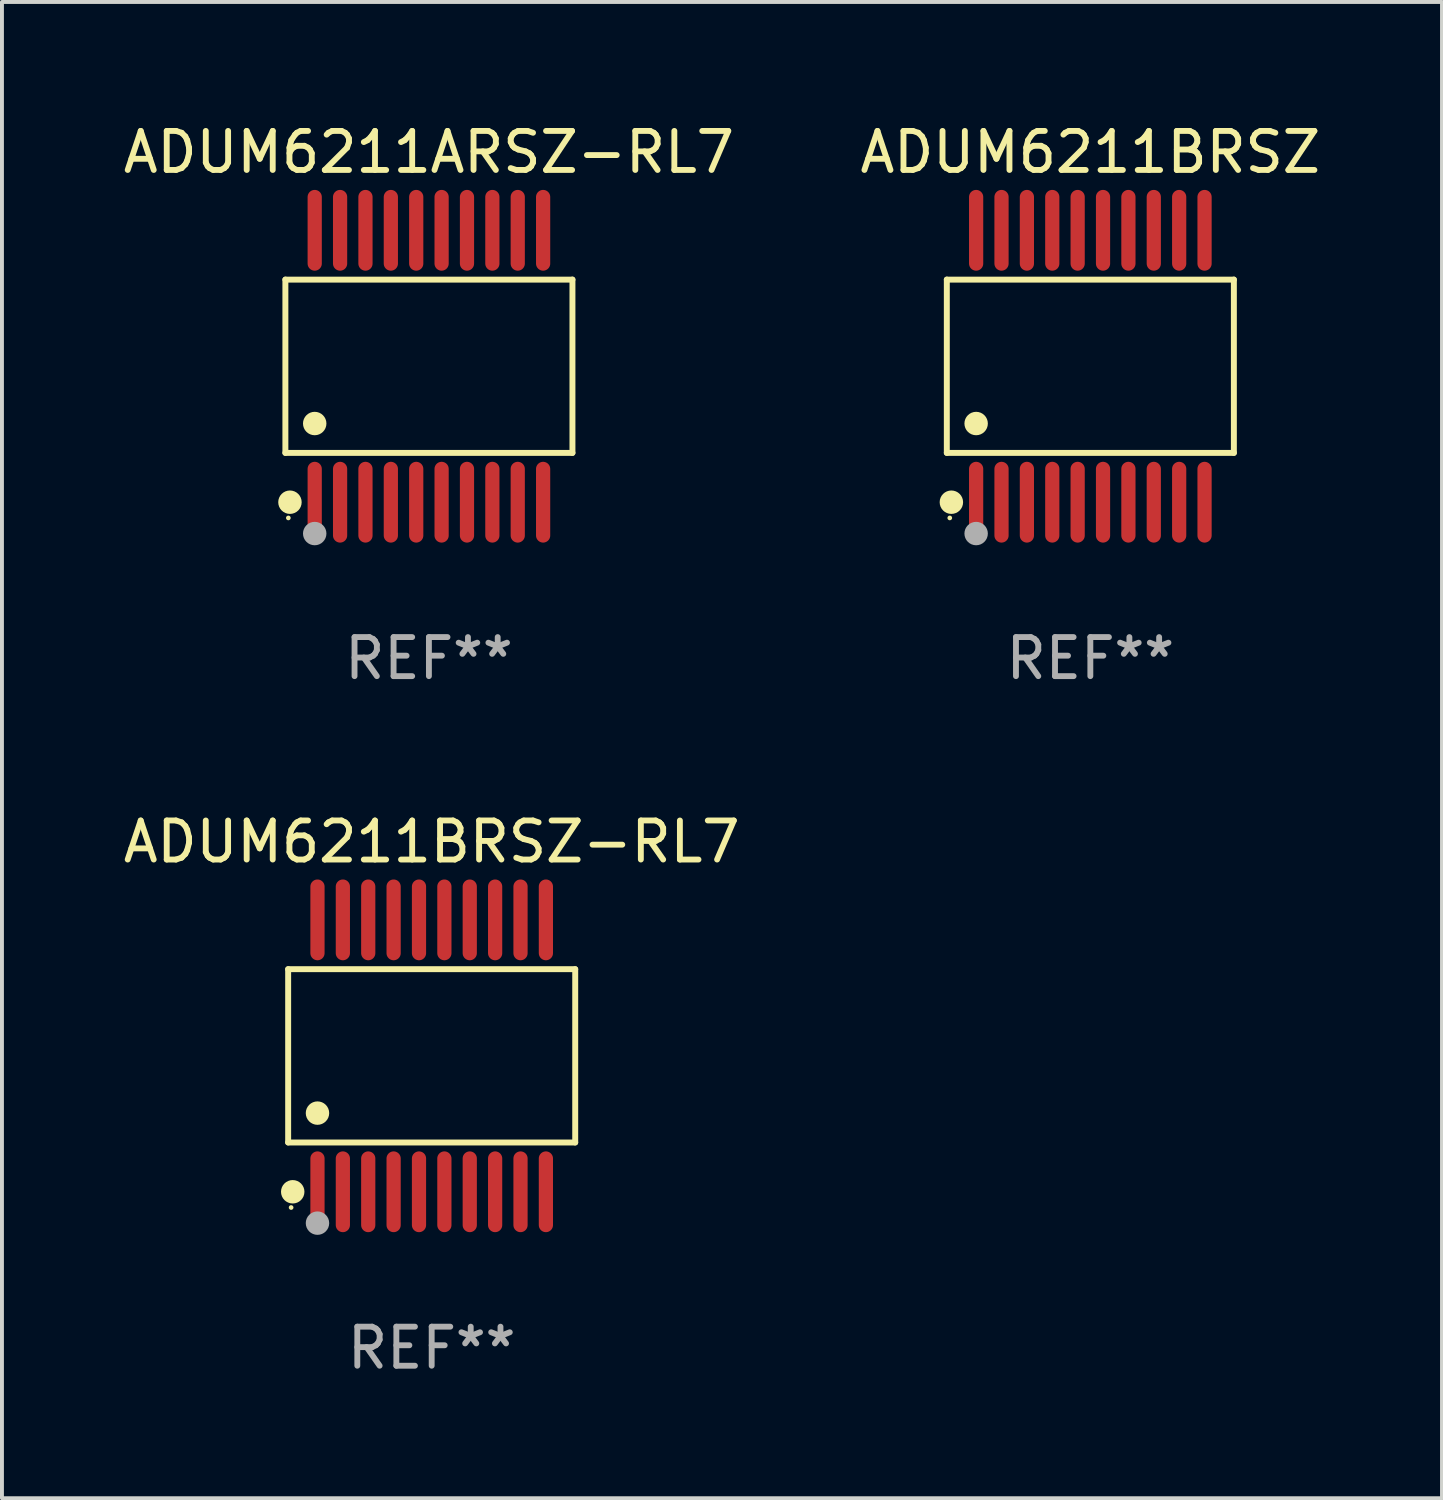
<source format=kicad_pcb>
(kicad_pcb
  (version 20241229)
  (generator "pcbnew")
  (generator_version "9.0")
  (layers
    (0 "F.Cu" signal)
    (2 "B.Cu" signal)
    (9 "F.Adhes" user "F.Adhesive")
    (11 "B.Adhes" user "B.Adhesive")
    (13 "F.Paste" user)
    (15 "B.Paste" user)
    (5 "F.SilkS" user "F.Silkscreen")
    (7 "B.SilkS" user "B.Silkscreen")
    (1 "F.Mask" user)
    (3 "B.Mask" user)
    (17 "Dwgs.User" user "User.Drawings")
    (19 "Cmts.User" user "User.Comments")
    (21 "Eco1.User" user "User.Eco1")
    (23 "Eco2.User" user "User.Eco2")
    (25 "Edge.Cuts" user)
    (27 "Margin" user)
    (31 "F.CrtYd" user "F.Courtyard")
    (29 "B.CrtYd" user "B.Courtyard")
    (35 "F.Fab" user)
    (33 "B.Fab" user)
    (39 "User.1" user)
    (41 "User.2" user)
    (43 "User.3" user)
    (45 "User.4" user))
  (footprint "ADUM6211ARSZ-RL7"
    (layer "F.Cu")
    (at 7.935 6.33)
    (property "Reference" "ADUM6211ARSZ-RL7" (at 0 -5.482 0) (layer "F.SilkS") (effects (font (size 1 1) (thickness 0.15))))
    (attr through_hole)
    (fp_line (start -3.676 -2.219) (end 3.676 -2.219) (stroke (width 0.152) (type solid)) (layer "F.SilkS"))
    (fp_line (start -3.676 2.219) (end -3.676 -2.219) (stroke (width 0.152) (type solid)) (layer "F.SilkS"))
    (fp_line (start 3.676 -2.219) (end 3.676 2.219) (stroke (width 0.152) (type solid)) (layer "F.SilkS"))
    (fp_line (start 3.676 2.219) (end -3.676 2.219) (stroke (width 0.152) (type solid)) (layer "F.SilkS"))
    (fp_circle (center -3.6 3.885) (end -3.57 3.885) (stroke (width 0.06) (type solid)) (fill no) (layer "F.SilkS"))
    (fp_circle (center -3.559 3.482) (end -3.409 3.482) (stroke (width 0.3) (type solid)) (fill no) (layer "F.SilkS"))
    (fp_circle (center -2.925 1.467) (end -2.775 1.467) (stroke (width 0.3) (type solid)) (fill no) (layer "F.SilkS"))
    (fp_circle (center -2.925 4.285) (end -2.775 4.285) (stroke (width 0.3) (type solid)) (fill no) (layer "F.Fab"))
    (fp_text user "REF**" (at 0 7.482 0) (layer "F.Fab") (effects (font (size 1 1) (thickness 0.15))))
    (pad "1" smd oval (at -2.925 3.482) (size 0.364 2.069) (layers "F.Cu" "F.Mask" "F.Paste"))
    (pad "2" smd oval (at -2.275 3.482) (size 0.364 2.069) (layers "F.Cu" "F.Mask" "F.Paste"))
    (pad "3" smd oval (at -1.625 3.482) (size 0.364 2.069) (layers "F.Cu" "F.Mask" "F.Paste"))
    (pad "4" smd oval (at -0.975 3.482) (size 0.364 2.069) (layers "F.Cu" "F.Mask" "F.Paste"))
    (pad "5" smd oval (at -0.325 3.482) (size 0.364 2.069) (layers "F.Cu" "F.Mask" "F.Paste"))
    (pad "6" smd oval (at 0.325 3.482) (size 0.364 2.069) (layers "F.Cu" "F.Mask" "F.Paste"))
    (pad "7" smd oval (at 0.975 3.482) (size 0.364 2.069) (layers "F.Cu" "F.Mask" "F.Paste"))
    (pad "8" smd oval (at 1.625 3.482) (size 0.364 2.069) (layers "F.Cu" "F.Mask" "F.Paste"))
    (pad "9" smd oval (at 2.275 3.482) (size 0.364 2.069) (layers "F.Cu" "F.Mask" "F.Paste"))
    (pad "10" smd oval (at 2.925 3.482) (size 0.364 2.069) (layers "F.Cu" "F.Mask" "F.Paste"))
    (pad "11" smd oval (at 2.925 -3.482) (size 0.364 2.069) (layers "F.Cu" "F.Mask" "F.Paste"))
    (pad "12" smd oval (at 2.275 -3.482) (size 0.364 2.069) (layers "F.Cu" "F.Mask" "F.Paste"))
    (pad "13" smd oval (at 1.625 -3.482) (size 0.364 2.069) (layers "F.Cu" "F.Mask" "F.Paste"))
    (pad "14" smd oval (at 0.975 -3.482) (size 0.364 2.069) (layers "F.Cu" "F.Mask" "F.Paste"))
    (pad "15" smd oval (at 0.325 -3.482) (size 0.364 2.069) (layers "F.Cu" "F.Mask" "F.Paste"))
    (pad "16" smd oval (at -0.325 -3.482) (size 0.364 2.069) (layers "F.Cu" "F.Mask" "F.Paste"))
    (pad "17" smd oval (at -0.975 -3.482) (size 0.364 2.069) (layers "F.Cu" "F.Mask" "F.Paste"))
    (pad "18" smd oval (at -1.625 -3.482) (size 0.364 2.069) (layers "F.Cu" "F.Mask" "F.Paste"))
    (pad "19" smd oval (at -2.275 -3.482) (size 0.364 2.069) (layers "F.Cu" "F.Mask" "F.Paste"))
    (pad "20" smd oval (at -2.925 -3.482) (size 0.364 2.069) (layers "F.Cu" "F.Mask" "F.Paste")))
  (footprint "ADUM6211BRSZ-RL7"
    (layer "F.Cu")
    (at 8.006 23.991)
    (property "Reference" "ADUM6211BRSZ-RL7" (at 0 -5.482 0) (layer "F.SilkS") (effects (font (size 1 1) (thickness 0.15))))
    (attr through_hole)
    (fp_line (start -3.676 -2.219) (end 3.676 -2.219) (stroke (width 0.152) (type solid)) (layer "F.SilkS"))
    (fp_line (start -3.676 2.219) (end -3.676 -2.219) (stroke (width 0.152) (type solid)) (layer "F.SilkS"))
    (fp_line (start 3.676 -2.219) (end 3.676 2.219) (stroke (width 0.152) (type solid)) (layer "F.SilkS"))
    (fp_line (start 3.676 2.219) (end -3.676 2.219) (stroke (width 0.152) (type solid)) (layer "F.SilkS"))
    (fp_circle (center -3.6 3.885) (end -3.57 3.885) (stroke (width 0.06) (type solid)) (fill no) (layer "F.SilkS"))
    (fp_circle (center -3.559 3.482) (end -3.409 3.482) (stroke (width 0.3) (type solid)) (fill no) (layer "F.SilkS"))
    (fp_circle (center -2.925 1.467) (end -2.775 1.467) (stroke (width 0.3) (type solid)) (fill no) (layer "F.SilkS"))
    (fp_circle (center -2.925 4.285) (end -2.775 4.285) (stroke (width 0.3) (type solid)) (fill no) (layer "F.Fab"))
    (fp_text user "REF**" (at 0 7.482 0) (layer "F.Fab") (effects (font (size 1 1) (thickness 0.15))))
    (pad "1" smd oval (at -2.925 3.482) (size 0.364 2.069) (layers "F.Cu" "F.Mask" "F.Paste"))
    (pad "2" smd oval (at -2.275 3.482) (size 0.364 2.069) (layers "F.Cu" "F.Mask" "F.Paste"))
    (pad "3" smd oval (at -1.625 3.482) (size 0.364 2.069) (layers "F.Cu" "F.Mask" "F.Paste"))
    (pad "4" smd oval (at -0.975 3.482) (size 0.364 2.069) (layers "F.Cu" "F.Mask" "F.Paste"))
    (pad "5" smd oval (at -0.325 3.482) (size 0.364 2.069) (layers "F.Cu" "F.Mask" "F.Paste"))
    (pad "6" smd oval (at 0.325 3.482) (size 0.364 2.069) (layers "F.Cu" "F.Mask" "F.Paste"))
    (pad "7" smd oval (at 0.975 3.482) (size 0.364 2.069) (layers "F.Cu" "F.Mask" "F.Paste"))
    (pad "8" smd oval (at 1.625 3.482) (size 0.364 2.069) (layers "F.Cu" "F.Mask" "F.Paste"))
    (pad "9" smd oval (at 2.275 3.482) (size 0.364 2.069) (layers "F.Cu" "F.Mask" "F.Paste"))
    (pad "10" smd oval (at 2.925 3.482) (size 0.364 2.069) (layers "F.Cu" "F.Mask" "F.Paste"))
    (pad "11" smd oval (at 2.925 -3.482) (size 0.364 2.069) (layers "F.Cu" "F.Mask" "F.Paste"))
    (pad "12" smd oval (at 2.275 -3.482) (size 0.364 2.069) (layers "F.Cu" "F.Mask" "F.Paste"))
    (pad "13" smd oval (at 1.625 -3.482) (size 0.364 2.069) (layers "F.Cu" "F.Mask" "F.Paste"))
    (pad "14" smd oval (at 0.975 -3.482) (size 0.364 2.069) (layers "F.Cu" "F.Mask" "F.Paste"))
    (pad "15" smd oval (at 0.325 -3.482) (size 0.364 2.069) (layers "F.Cu" "F.Mask" "F.Paste"))
    (pad "16" smd oval (at -0.325 -3.482) (size 0.364 2.069) (layers "F.Cu" "F.Mask" "F.Paste"))
    (pad "17" smd oval (at -0.975 -3.482) (size 0.364 2.069) (layers "F.Cu" "F.Mask" "F.Paste"))
    (pad "18" smd oval (at -1.625 -3.482) (size 0.364 2.069) (layers "F.Cu" "F.Mask" "F.Paste"))
    (pad "19" smd oval (at -2.275 -3.482) (size 0.364 2.069) (layers "F.Cu" "F.Mask" "F.Paste"))
    (pad "20" smd oval (at -2.925 -3.482) (size 0.364 2.069) (layers "F.Cu" "F.Mask" "F.Paste")))
  (footprint "ADUM6211BRSZ"
    (layer "F.Cu")
    (at 24.875 6.33)
    (property "Reference" "ADUM6211BRSZ" (at 0 -5.482 0) (layer "F.SilkS") (effects (font (size 1 1) (thickness 0.15))))
    (attr through_hole)
    (fp_line (start -3.676 -2.219) (end 3.676 -2.219) (stroke (width 0.152) (type solid)) (layer "F.SilkS"))
    (fp_line (start -3.676 2.219) (end -3.676 -2.219) (stroke (width 0.152) (type solid)) (layer "F.SilkS"))
    (fp_line (start 3.676 -2.219) (end 3.676 2.219) (stroke (width 0.152) (type solid)) (layer "F.SilkS"))
    (fp_line (start 3.676 2.219) (end -3.676 2.219) (stroke (width 0.152) (type solid)) (layer "F.SilkS"))
    (fp_circle (center -3.6 3.885) (end -3.57 3.885) (stroke (width 0.06) (type solid)) (fill no) (layer "F.SilkS"))
    (fp_circle (center -3.559 3.482) (end -3.409 3.482) (stroke (width 0.3) (type solid)) (fill no) (layer "F.SilkS"))
    (fp_circle (center -2.925 1.467) (end -2.775 1.467) (stroke (width 0.3) (type solid)) (fill no) (layer "F.SilkS"))
    (fp_circle (center -2.925 4.285) (end -2.775 4.285) (stroke (width 0.3) (type solid)) (fill no) (layer "F.Fab"))
    (fp_text user "REF**" (at 0 7.482 0) (layer "F.Fab") (effects (font (size 1 1) (thickness 0.15))))
    (pad "1" smd oval (at -2.925 3.482) (size 0.364 2.069) (layers "F.Cu" "F.Mask" "F.Paste"))
    (pad "2" smd oval (at -2.275 3.482) (size 0.364 2.069) (layers "F.Cu" "F.Mask" "F.Paste"))
    (pad "3" smd oval (at -1.625 3.482) (size 0.364 2.069) (layers "F.Cu" "F.Mask" "F.Paste"))
    (pad "4" smd oval (at -0.975 3.482) (size 0.364 2.069) (layers "F.Cu" "F.Mask" "F.Paste"))
    (pad "5" smd oval (at -0.325 3.482) (size 0.364 2.069) (layers "F.Cu" "F.Mask" "F.Paste"))
    (pad "6" smd oval (at 0.325 3.482) (size 0.364 2.069) (layers "F.Cu" "F.Mask" "F.Paste"))
    (pad "7" smd oval (at 0.975 3.482) (size 0.364 2.069) (layers "F.Cu" "F.Mask" "F.Paste"))
    (pad "8" smd oval (at 1.625 3.482) (size 0.364 2.069) (layers "F.Cu" "F.Mask" "F.Paste"))
    (pad "9" smd oval (at 2.275 3.482) (size 0.364 2.069) (layers "F.Cu" "F.Mask" "F.Paste"))
    (pad "10" smd oval (at 2.925 3.482) (size 0.364 2.069) (layers "F.Cu" "F.Mask" "F.Paste"))
    (pad "11" smd oval (at 2.925 -3.482) (size 0.364 2.069) (layers "F.Cu" "F.Mask" "F.Paste"))
    (pad "12" smd oval (at 2.275 -3.482) (size 0.364 2.069) (layers "F.Cu" "F.Mask" "F.Paste"))
    (pad "13" smd oval (at 1.625 -3.482) (size 0.364 2.069) (layers "F.Cu" "F.Mask" "F.Paste"))
    (pad "14" smd oval (at 0.975 -3.482) (size 0.364 2.069) (layers "F.Cu" "F.Mask" "F.Paste"))
    (pad "15" smd oval (at 0.325 -3.482) (size 0.364 2.069) (layers "F.Cu" "F.Mask" "F.Paste"))
    (pad "16" smd oval (at -0.325 -3.482) (size 0.364 2.069) (layers "F.Cu" "F.Mask" "F.Paste"))
    (pad "17" smd oval (at -0.975 -3.482) (size 0.364 2.069) (layers "F.Cu" "F.Mask" "F.Paste"))
    (pad "18" smd oval (at -1.625 -3.482) (size 0.364 2.069) (layers "F.Cu" "F.Mask" "F.Paste"))
    (pad "19" smd oval (at -2.275 -3.482) (size 0.364 2.069) (layers "F.Cu" "F.Mask" "F.Paste"))
    (pad "20" smd oval (at -2.925 -3.482) (size 0.364 2.069) (layers "F.Cu" "F.Mask" "F.Paste")))
  (gr_rect
    (start -3 -3)
    (end 33.881 35.321)
    (stroke (width 0.1) (type default))
    (fill no)
    (layer "Edge.Cuts")))
</source>
